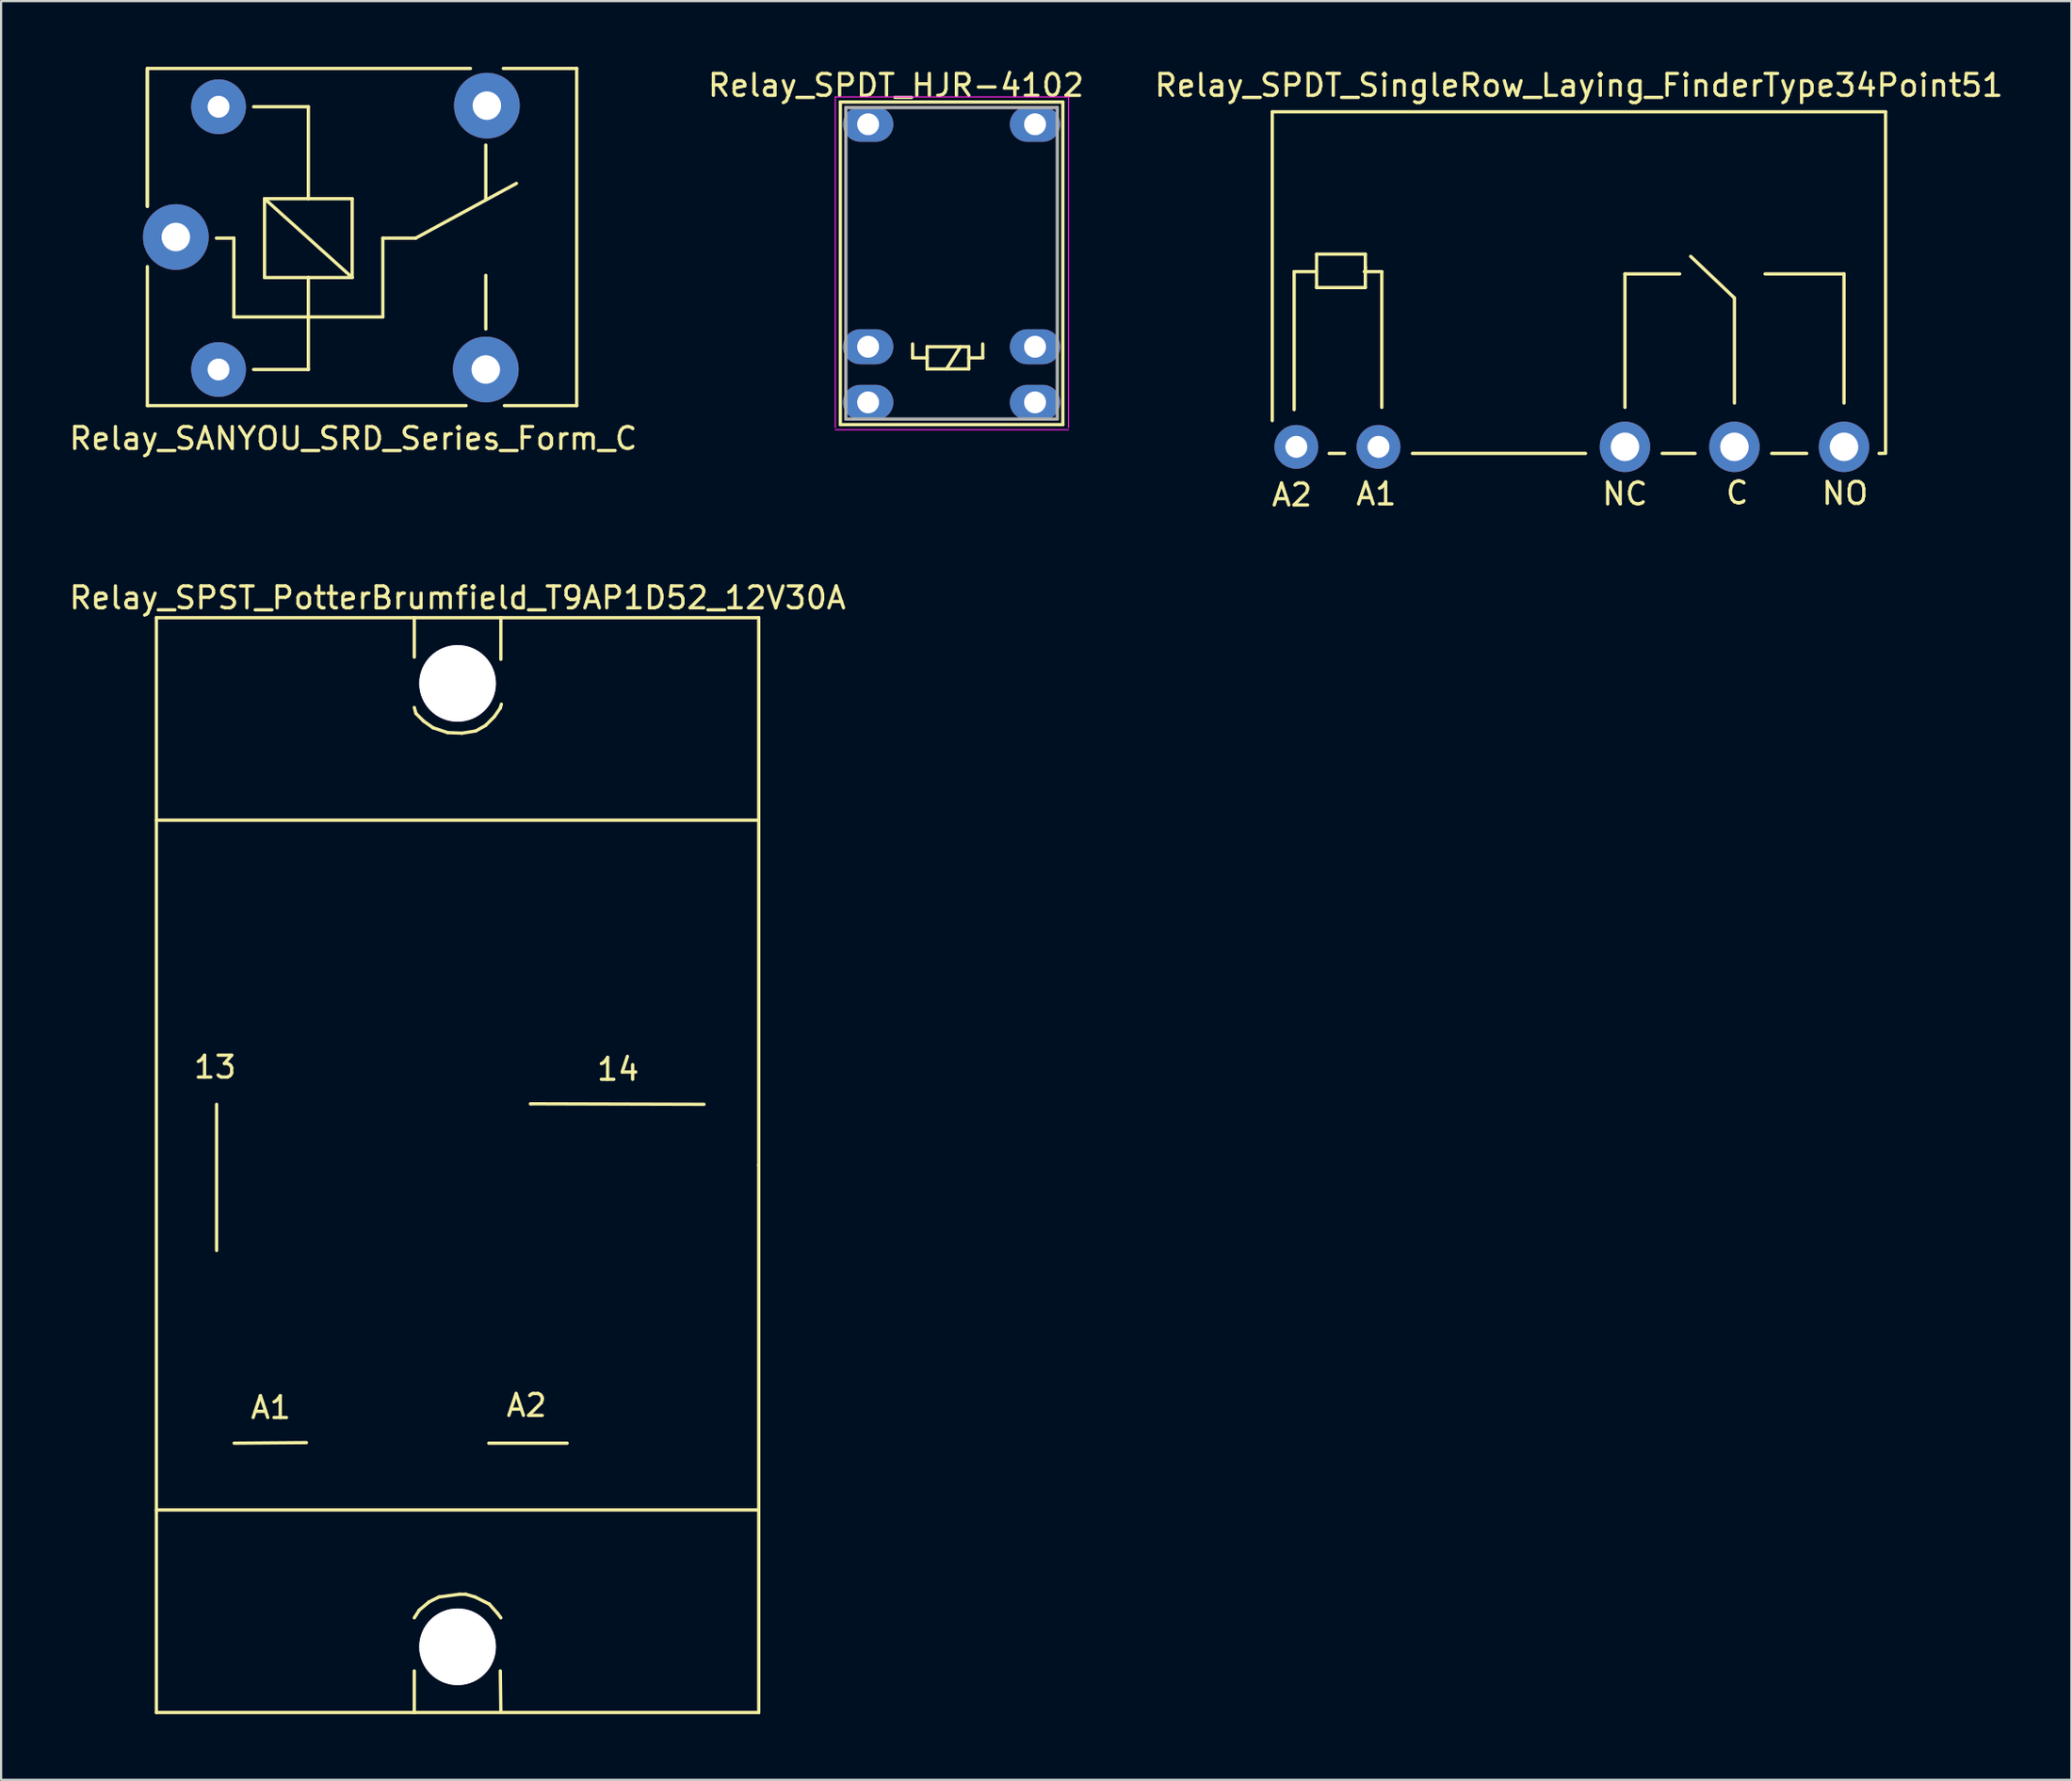
<source format=kicad_pcb>
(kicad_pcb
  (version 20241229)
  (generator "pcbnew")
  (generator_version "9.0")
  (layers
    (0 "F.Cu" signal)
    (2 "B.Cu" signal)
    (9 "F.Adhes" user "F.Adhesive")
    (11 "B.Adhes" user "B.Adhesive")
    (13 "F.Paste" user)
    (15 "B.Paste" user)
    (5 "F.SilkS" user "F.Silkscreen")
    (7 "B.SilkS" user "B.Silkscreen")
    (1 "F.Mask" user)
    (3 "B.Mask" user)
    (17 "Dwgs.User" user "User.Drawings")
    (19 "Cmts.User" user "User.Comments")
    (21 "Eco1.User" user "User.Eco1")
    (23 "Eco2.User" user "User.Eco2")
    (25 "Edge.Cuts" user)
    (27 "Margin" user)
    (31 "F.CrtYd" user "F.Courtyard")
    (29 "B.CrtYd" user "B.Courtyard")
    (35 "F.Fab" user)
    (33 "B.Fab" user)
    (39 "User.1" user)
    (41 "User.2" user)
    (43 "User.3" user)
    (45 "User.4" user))
  (footprint "Relay_SPDT_HJR-4102"
    (layer "F.Cu")
    (at 36.581 2.626)
    (property "Reference" "Relay_SPDT_HJR-4102" (at 1.27 -1.778 0) (layer "F.SilkS") (effects (font (size 1 1) (thickness 0.15))))
    (attr through_hole)
    (fp_line (start -1.27 -1.016) (end 8.89 -1.016) (stroke (width 0.15) (type solid)) (layer "F.SilkS"))
    (fp_line (start -1.27 13.716) (end -1.27 -1.016) (stroke (width 0.15) (type solid)) (layer "F.SilkS"))
    (fp_line (start 2.032 10.033) (end 2.032 10.668) (stroke (width 0.15) (type solid)) (layer "F.SilkS"))
    (fp_line (start 2.032 10.668) (end 2.692 10.668) (stroke (width 0.15) (type solid)) (layer "F.SilkS"))
    (fp_line (start 2.692 10.16) (end 2.692 11.176) (stroke (width 0.15) (type solid)) (layer "F.SilkS"))
    (fp_line (start 2.692 11.176) (end 4.597 11.176) (stroke (width 0.15) (type solid)) (layer "F.SilkS"))
    (fp_line (start 4.216 10.16) (end 3.581 11.176) (stroke (width 0.15) (type solid)) (layer "F.SilkS"))
    (fp_line (start 4.597 10.16) (end 2.692 10.16) (stroke (width 0.15) (type solid)) (layer "F.SilkS"))
    (fp_line (start 4.597 10.16) (end 4.597 11.176) (stroke (width 0.15) (type solid)) (layer "F.SilkS"))
    (fp_line (start 5.232 10.033) (end 5.232 10.668) (stroke (width 0.15) (type solid)) (layer "F.SilkS"))
    (fp_line (start 5.232 10.668) (end 4.597 10.668) (stroke (width 0.15) (type solid)) (layer "F.SilkS"))
    (fp_line (start 8.89 -1.016) (end 8.89 13.716) (stroke (width 0.15) (type solid)) (layer "F.SilkS"))
    (fp_line (start 8.89 13.716) (end -1.27 13.716) (stroke (width 0.15) (type solid)) (layer "F.SilkS"))
    (fp_line (start -1.5 -1.25) (end 9.15 -1.25) (stroke (width 0.05) (type solid)) (layer "F.CrtYd"))
    (fp_line (start -1.5 13.85) (end -1.5 -1.25) (stroke (width 0.05) (type solid)) (layer "F.CrtYd"))
    (fp_line (start 9.15 -1.25) (end 9.15 13.85) (stroke (width 0.05) (type solid)) (layer "F.CrtYd"))
    (fp_line (start 9.15 13.95) (end -1.5 13.95) (stroke (width 0.05) (type solid)) (layer "F.CrtYd"))
    (fp_line (start -1.016 -0.762) (end 8.636 -0.762) (stroke (width 0.15) (type solid)) (layer "F.Fab"))
    (fp_line (start -1.016 13.462) (end -1.016 -0.762) (stroke (width 0.15) (type solid)) (layer "F.Fab"))
    (fp_line (start 8.636 -0.762) (end 8.636 13.462) (stroke (width 0.15) (type solid)) (layer "F.Fab"))
    (fp_line (start 8.636 13.462) (end -1.016 13.462) (stroke (width 0.15) (type solid)) (layer "F.Fab"))
    (pad "1" thru_hole oval (at 0 0) (size 2.3 1.6) (drill 1) (layers "*.Cu" "*.Mask"))
    (pad "5" thru_hole oval (at 0 10.16) (size 2.3 1.6) (drill 1) (layers "*.Cu" "*.Mask"))
    (pad "6" thru_hole oval (at 0 12.7) (size 2.3 1.6) (drill 1) (layers "*.Cu" "*.Mask"))
    (pad "7" thru_hole oval (at 7.62 12.7) (size 2.3 1.6) (drill 1) (layers "*.Cu" "*.Mask"))
    (pad "8" thru_hole oval (at 7.62 10.16) (size 2.3 1.6) (drill 1) (layers "*.Cu" "*.Mask"))
    (pad "12" thru_hole oval (at 7.62 0) (size 2.3 1.6) (drill 1) (layers "*.Cu" "*.Mask")))
  (footprint "Relay_SPST_PotterBrumfield_T9AP1D52_12V30A"
    (layer "F.Cu")
    (at 17.839 50.16)
    (property "Reference" "Relay_SPST_PotterBrumfield_T9AP1D52_12V30A" (at 0 -25.908 0) (layer "F.SilkS") (effects (font (size 1 1) (thickness 0.15))))
    (attr through_hole)
    (fp_line (start -13.749 -25.001) (end -13.749 25.001) (stroke (width 0.15) (type solid)) (layer "F.SilkS"))
    (fp_line (start -13.749 -15.751) (end 13.749 -15.751) (stroke (width 0.15) (type solid)) (layer "F.SilkS"))
    (fp_line (start -13.749 25.001) (end 13.749 25.001) (stroke (width 0.15) (type solid)) (layer "F.SilkS"))
    (fp_line (start -11.001 -2.776) (end -11.001 3.899) (stroke (width 0.15) (type solid)) (layer "F.SilkS"))
    (fp_line (start -6.901 12.675) (end -10.201 12.7) (stroke (width 0.15) (type solid)) (layer "F.SilkS"))
    (fp_line (start -1.976 -23.2) (end -1.976 -25.001) (stroke (width 0.15) (type solid)) (layer "F.SilkS"))
    (fp_line (start -1.976 -20.899) (end -1.9 -20.625) (stroke (width 0.15) (type solid)) (layer "F.SilkS"))
    (fp_line (start -1.976 23.099) (end -1.976 25.001) (stroke (width 0.15) (type solid)) (layer "F.SilkS"))
    (fp_line (start -1.9 -20.625) (end -1.549 -20.274) (stroke (width 0.15) (type solid)) (layer "F.SilkS"))
    (fp_line (start -1.75 20.325) (end -1.976 20.676) (stroke (width 0.15) (type solid)) (layer "F.SilkS"))
    (fp_line (start -1.549 -20.274) (end -1.125 -19.975) (stroke (width 0.15) (type solid)) (layer "F.SilkS"))
    (fp_line (start -1.3 19.949) (end -1.75 20.325) (stroke (width 0.15) (type solid)) (layer "F.SilkS"))
    (fp_line (start -1.125 -19.975) (end -0.45 -19.751) (stroke (width 0.15) (type solid)) (layer "F.SilkS"))
    (fp_line (start -0.851 19.726) (end -1.3 19.949) (stroke (width 0.15) (type solid)) (layer "F.SilkS"))
    (fp_line (start -0.45 -19.751) (end 0.201 -19.726) (stroke (width 0.15) (type solid)) (layer "F.SilkS"))
    (fp_line (start 0.076 19.601) (end -0.851 19.726) (stroke (width 0.15) (type solid)) (layer "F.SilkS"))
    (fp_line (start 0.201 -19.726) (end 0.826 -19.825) (stroke (width 0.15) (type solid)) (layer "F.SilkS"))
    (fp_line (start 0.376 19.601) (end 0.076 19.601) (stroke (width 0.15) (type solid)) (layer "F.SilkS"))
    (fp_line (start 0.8 19.726) (end 0.376 19.601) (stroke (width 0.15) (type solid)) (layer "F.SilkS"))
    (fp_line (start 0.826 -19.825) (end 1.275 -20.076) (stroke (width 0.15) (type solid)) (layer "F.SilkS"))
    (fp_line (start 1.275 -20.076) (end 1.674 -20.475) (stroke (width 0.15) (type solid)) (layer "F.SilkS"))
    (fp_line (start 1.425 12.7) (end 5.001 12.7) (stroke (width 0.15) (type solid)) (layer "F.SilkS"))
    (fp_line (start 1.45 20.051) (end 0.8 19.726) (stroke (width 0.15) (type solid)) (layer "F.SilkS"))
    (fp_line (start 1.674 -20.475) (end 1.951 -20.876) (stroke (width 0.15) (type solid)) (layer "F.SilkS"))
    (fp_line (start 1.826 20.475) (end 1.45 20.051) (stroke (width 0.15) (type solid)) (layer "F.SilkS"))
    (fp_line (start 1.951 -20.876) (end 1.999 -21.049) (stroke (width 0.15) (type solid)) (layer "F.SilkS"))
    (fp_line (start 1.951 23.099) (end 1.976 24.976) (stroke (width 0.15) (type solid)) (layer "F.SilkS"))
    (fp_line (start 1.976 -23.099) (end 1.976 -25.001) (stroke (width 0.15) (type solid)) (layer "F.SilkS"))
    (fp_line (start 1.976 20.676) (end 1.826 20.475) (stroke (width 0.15) (type solid)) (layer "F.SilkS"))
    (fp_line (start 3.35 -2.799) (end 3.325 -2.799) (stroke (width 0.15) (type solid)) (layer "F.SilkS"))
    (fp_line (start 11.25 -2.776) (end 3.35 -2.799) (stroke (width 0.15) (type solid)) (layer "F.SilkS"))
    (fp_line (start 13.749 -25.001) (end -13.749 -25.001) (stroke (width 0.15) (type solid)) (layer "F.SilkS"))
    (fp_line (start 13.749 0) (end 13.749 -25.001) (stroke (width 0.15) (type solid)) (layer "F.SilkS"))
    (fp_line (start 13.749 15.751) (end -13.749 15.751) (stroke (width 0.15) (type solid)) (layer "F.SilkS"))
    (fp_line (start 13.749 25.001) (end 13.749 0) (stroke (width 0.15) (type solid)) (layer "F.SilkS"))
    (fp_text user "13" (at -11.074 -4.475 0) (layer "F.SilkS") (effects (font (size 1 1) (thickness 0.15))))
    (fp_text user "A1" (at -8.524 11.074 0) (layer "F.SilkS") (effects (font (size 1 1) (thickness 0.15))))
    (fp_text user "A2" (at 3.15 10.975 0) (layer "F.SilkS") (effects (font (size 1 1) (thickness 0.15))))
    (fp_text user "14" (at 7.325 -4.374 0) (layer "F.SilkS") (effects (font (size 1 1) (thickness 0.15))))
    (pad "1" thru_hole circle (at 0 -21.999) (size 3.5 3.5) (drill 3.5) (layers "*.Cu" "*.Mask"))
    (pad "2" thru_hole circle (at 0 21.999) (size 3.5 3.5) (drill 3.5) (layers "*.Cu" "*.Mask")))
  (footprint "Relay_SANYOU_SRD_Series_Form_C"
    (layer "F.Cu")
    (at 4.977 7.775)
    (property "Reference" "Relay_SANYOU_SRD_Series_Form_C" (at 8.1 9.2 0) (layer "F.SilkS") (effects (font (size 1 1) (thickness 0.15))))
    (attr through_hole)
    (fp_line (start -1.3 -7.7) (end 13.45 -7.7) (stroke (width 0.15) (type solid)) (layer "F.SilkS"))
    (fp_line (start -1.3 -7.65) (end -1.3 -1.4) (stroke (width 0.15) (type solid)) (layer "F.SilkS"))
    (fp_line (start -1.3 -1.4) (end -1.3 -7.7) (stroke (width 0.15) (type solid)) (layer "F.SilkS"))
    (fp_line (start -1.3 1.35) (end -1.3 7.7) (stroke (width 0.15) (type solid)) (layer "F.SilkS"))
    (fp_line (start -1.3 7.7) (end 13.25 7.7) (stroke (width 0.15) (type solid)) (layer "F.SilkS"))
    (fp_line (start 2.65 0.05) (end 1.85 0.05) (stroke (width 0.15) (type solid)) (layer "F.SilkS"))
    (fp_line (start 2.65 0.05) (end 2.65 3.65) (stroke (width 0.15) (type solid)) (layer "F.SilkS"))
    (fp_line (start 3.55 6.05) (end 6.05 6.05) (stroke (width 0.15) (type solid)) (layer "F.SilkS"))
    (fp_line (start 4.05 -1.75) (end 8.05 -1.75) (stroke (width 0.15) (type solid)) (layer "F.SilkS"))
    (fp_line (start 4.05 1.85) (end 4.05 -1.75) (stroke (width 0.15) (type solid)) (layer "F.SilkS"))
    (fp_line (start 6.05 -5.95) (end 3.55 -5.95) (stroke (width 0.15) (type solid)) (layer "F.SilkS"))
    (fp_line (start 6.05 -5.95) (end 6.05 -1.75) (stroke (width 0.15) (type solid)) (layer "F.SilkS"))
    (fp_line (start 6.05 1.85) (end 6.05 6.05) (stroke (width 0.15) (type solid)) (layer "F.SilkS"))
    (fp_line (start 8.05 -1.75) (end 8.05 1.85) (stroke (width 0.15) (type solid)) (layer "F.SilkS"))
    (fp_line (start 8.05 1.85) (end 4.05 -1.75) (stroke (width 0.15) (type solid)) (layer "F.SilkS"))
    (fp_line (start 8.05 1.85) (end 4.05 1.85) (stroke (width 0.15) (type solid)) (layer "F.SilkS"))
    (fp_line (start 9.45 0.05) (end 9.45 3.65) (stroke (width 0.15) (type solid)) (layer "F.SilkS"))
    (fp_line (start 9.45 0.05) (end 10.95 0.05) (stroke (width 0.15) (type solid)) (layer "F.SilkS"))
    (fp_line (start 9.45 3.65) (end 2.65 3.65) (stroke (width 0.15) (type solid)) (layer "F.SilkS"))
    (fp_line (start 10.95 0.05) (end 15.55 -2.45) (stroke (width 0.15) (type solid)) (layer "F.SilkS"))
    (fp_line (start 14.15 -4.2) (end 14.15 -1.7) (stroke (width 0.15) (type solid)) (layer "F.SilkS"))
    (fp_line (start 14.15 4.2) (end 14.15 1.75) (stroke (width 0.15) (type solid)) (layer "F.SilkS"))
    (fp_line (start 15 7.7) (end 18.3 7.7) (stroke (width 0.15) (type solid)) (layer "F.SilkS"))
    (fp_line (start 18.3 -7.7) (end 14.95 -7.7) (stroke (width 0.15) (type solid)) (layer "F.SilkS"))
    (fp_line (start 18.3 7.7) (end 18.3 -7.7) (stroke (width 0.15) (type solid)) (layer "F.SilkS"))
    (pad "1" thru_hole circle (at 0 0 90) (size 3 3) (drill 1.3) (layers "*.Cu" "*.Mask"))
    (pad "2" thru_hole circle (at 1.95 6.05 90) (size 2.5 2.5) (drill 1) (layers "*.Cu" "*.Mask"))
    (pad "3" thru_hole circle (at 14.15 6.05 90) (size 3 3) (drill 1.3) (layers "*.Cu" "*.Mask"))
    (pad "4" thru_hole circle (at 14.2 -6 90) (size 3 3) (drill 1.3) (layers "*.Cu" "*.Mask"))
    (pad "5" thru_hole circle (at 1.95 -5.95 90) (size 2.5 2.5) (drill 1) (layers "*.Cu" "*.Mask")))
  (footprint "Relay_SPDT_SingleRow_Laying_FinderType34Point51"
    (layer "F.Cu")
    (at 69.03 17.358)
    (property "Reference" "Relay_SPDT_SingleRow_Laying_FinderType34Point51" (at 0 -16.51 0) (layer "F.SilkS") (effects (font (size 1 1) (thickness 0.15))))
    (attr through_hole)
    (fp_line (start -14 -15.301) (end -14 -1.199) (stroke (width 0.15) (type solid)) (layer "F.SilkS"))
    (fp_line (start -13 -8.001) (end -13 -1.699) (stroke (width 0.15) (type solid)) (layer "F.SilkS"))
    (fp_line (start -11.999 -8.001) (end -13 -8.001) (stroke (width 0.15) (type solid)) (layer "F.SilkS"))
    (fp_line (start -11.976 -8.801) (end -11.976 -7.275) (stroke (width 0.15) (type solid)) (layer "F.SilkS"))
    (fp_line (start -11.976 -7.275) (end -9.751 -7.275) (stroke (width 0.15) (type solid)) (layer "F.SilkS"))
    (fp_line (start -10.701 0.3) (end -11.4 0.3) (stroke (width 0.15) (type solid)) (layer "F.SilkS"))
    (fp_line (start -9.799 -8.001) (end -8.999 -8.001) (stroke (width 0.15) (type solid)) (layer "F.SilkS"))
    (fp_line (start -9.751 -8.801) (end -11.976 -8.801) (stroke (width 0.15) (type solid)) (layer "F.SilkS"))
    (fp_line (start -9.751 -8.151) (end -9.751 -8.801) (stroke (width 0.15) (type solid)) (layer "F.SilkS"))
    (fp_line (start -9.751 -7.275) (end -9.751 -8.202) (stroke (width 0.15) (type solid)) (layer "F.SilkS"))
    (fp_line (start -8.999 -8.001) (end -8.999 -1.801) (stroke (width 0.15) (type solid)) (layer "F.SilkS"))
    (fp_line (start 0.3 0.3) (end -7.6 0.3) (stroke (width 0.15) (type solid)) (layer "F.SilkS"))
    (fp_line (start 2.101 -7.899) (end 2.101 -1.801) (stroke (width 0.15) (type solid)) (layer "F.SilkS"))
    (fp_line (start 4.6 -7.899) (end 2.101 -7.899) (stroke (width 0.15) (type solid)) (layer "F.SilkS"))
    (fp_line (start 5.301 0.3) (end 3.8 0.3) (stroke (width 0.15) (type solid)) (layer "F.SilkS"))
    (fp_line (start 7.099 -6.8) (end 5.1 -8.7) (stroke (width 0.15) (type solid)) (layer "F.SilkS"))
    (fp_line (start 7.099 -1.999) (end 7.099 -6.8) (stroke (width 0.15) (type solid)) (layer "F.SilkS"))
    (fp_line (start 8.499 -7.899) (end 12.101 -7.899) (stroke (width 0.15) (type solid)) (layer "F.SilkS"))
    (fp_line (start 10.399 0.3) (end 8.801 0.3) (stroke (width 0.15) (type solid)) (layer "F.SilkS"))
    (fp_line (start 12.101 -7.899) (end 12.101 -1.999) (stroke (width 0.15) (type solid)) (layer "F.SilkS"))
    (fp_line (start 13.899 0.3) (end 13.701 0.3) (stroke (width 0.15) (type solid)) (layer "F.SilkS"))
    (fp_line (start 14 -15.301) (end -14 -15.301) (stroke (width 0.15) (type solid)) (layer "F.SilkS"))
    (fp_line (start 14 -15.301) (end 14 0.3) (stroke (width 0.15) (type solid)) (layer "F.SilkS"))
    (fp_text user "NC" (at 2.098 2.149 0) (layer "F.SilkS") (effects (font (size 1 1) (thickness 0.15))))
    (fp_text user "C" (at 7.224 2.101 0) (layer "F.SilkS") (effects (font (size 1 1) (thickness 0.15))))
    (fp_text user "A2" (at -13.101 2.197 0) (layer "F.SilkS") (effects (font (size 1 1) (thickness 0.15))))
    (fp_text user "A1" (at -9.251 2.149 0) (layer "F.SilkS") (effects (font (size 1 1) (thickness 0.15))))
    (fp_text user "NO" (at 12.149 2.123 0) (layer "F.SilkS") (effects (font (size 1 1) (thickness 0.15))))
    (pad "11" thru_hole circle (at 7.099 0) (size 2.301 2.301) (drill 1.3) (layers "*.Cu" "*.Mask"))
    (pad "12" thru_hole circle (at 2.101 0) (size 2.301 2.301) (drill 1.3) (layers "*.Cu" "*.Mask"))
    (pad "14" thru_hole circle (at 12.101 0) (size 2.301 2.301) (drill 1.3) (layers "*.Cu" "*.Mask"))
    (pad "A1" thru_hole circle (at -9.149 0) (size 1.999 1.999) (drill 1.001) (layers "*.Cu" "*.Mask"))
    (pad "A2" thru_hole circle (at -12.901 0) (size 1.999 1.999) (drill 1.001) (layers "*.Cu" "*.Mask")))
  (gr_rect
    (start -3 -3)
    (end 91.512 78.236)
    (stroke (width 0.1) (type default))
    (fill no)
    (layer "Edge.Cuts")))
</source>
